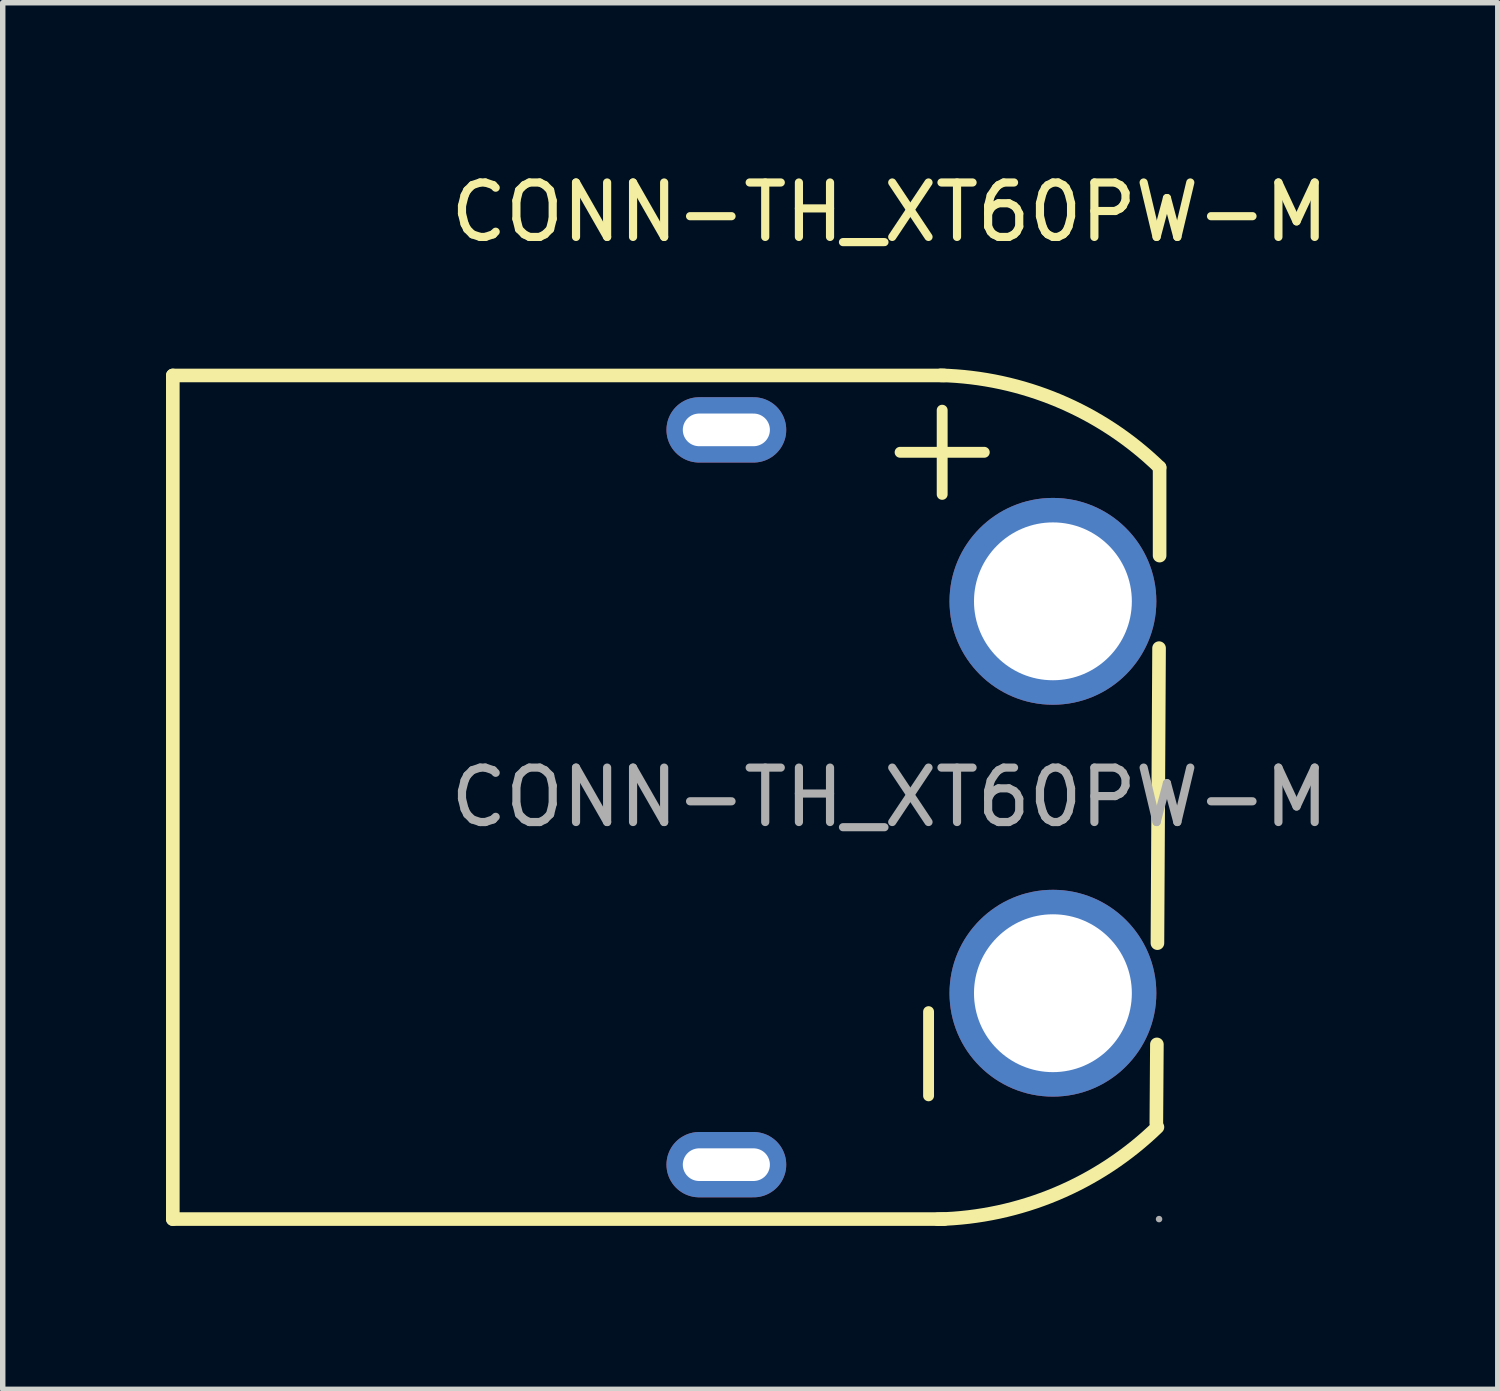
<source format=kicad_pcb>
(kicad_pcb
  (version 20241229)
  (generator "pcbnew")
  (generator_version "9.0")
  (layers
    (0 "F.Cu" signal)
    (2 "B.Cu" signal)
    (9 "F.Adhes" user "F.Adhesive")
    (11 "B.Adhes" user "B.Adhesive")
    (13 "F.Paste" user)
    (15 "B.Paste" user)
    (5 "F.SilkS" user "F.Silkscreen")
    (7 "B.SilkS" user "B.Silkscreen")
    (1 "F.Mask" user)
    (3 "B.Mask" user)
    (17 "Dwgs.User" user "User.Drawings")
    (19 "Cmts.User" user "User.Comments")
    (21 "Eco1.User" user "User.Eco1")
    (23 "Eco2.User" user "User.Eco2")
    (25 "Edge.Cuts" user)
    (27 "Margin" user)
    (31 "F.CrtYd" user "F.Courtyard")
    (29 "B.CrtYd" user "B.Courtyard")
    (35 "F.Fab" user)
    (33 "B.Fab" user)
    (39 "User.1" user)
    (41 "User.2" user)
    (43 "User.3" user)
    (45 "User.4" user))
  (footprint "CONN-TH_XT60PW-M"
    (layer "F.Cu")
    (at 13.295 11.598)
    (property "Reference" "CONN-TH_XT60PW-M" (at 0 -10.75 0) (layer "F.SilkS") (effects (font (size 1 1) (thickness 0.15))))
    (attr through_hole)
    (fp_line (start -13.17 -7.75) (end 1 -7.75) (stroke (width 0.25) (type solid)) (layer "F.SilkS"))
    (fp_line (start -13.17 7.75) (end -13.17 -7.75) (stroke (width 0.25) (type solid)) (layer "F.SilkS"))
    (fp_line (start -13.17 7.75) (end 1 7.75) (stroke (width 0.25) (type solid)) (layer "F.SilkS"))
    (fp_line (start 4.91 4.54) (end 4.9 5.99) (stroke (width 0.25) (type solid)) (layer "F.SilkS"))
    (fp_line (start 4.95 -2.74) (end 4.92 2.68) (stroke (width 0.25) (type solid)) (layer "F.SilkS"))
    (fp_line (start 4.96 -6.06) (end 4.96 -4.44) (stroke (width 0.25) (type solid)) (layer "F.SilkS"))
    (fp_arc (start 0.937455 -7.751975) (mid 3.10789 -7.284385) (end 4.96 -6.06) (stroke (width 0.25) (type solid)) (layer "F.SilkS"))
    (fp_arc (start 4.92 6.06) (mid 3.063543 7.286212) (end 0.888027 7.752215) (stroke (width 0.25) (type solid)) (layer "F.SilkS"))
    (fp_circle (center 3 -3.6) (end 3.5 -3.6) (stroke (width 1) (type solid)) (fill no) (layer "F.Fab"))
    (fp_circle (center 3 3.6) (end 3.5 3.6) (stroke (width 1) (type solid)) (fill no) (layer "F.Fab"))
    (fp_circle (center 4.95 7.75) (end 4.98 7.75) (stroke (width 0.06) (type solid)) (fill no) (layer "F.Fab"))
    (fp_text user "-" (at 0.56 6.1 90) (layer "F.SilkS") (effects (font (size 2.03 2.03) (thickness 0.2)) (justify left)))
    (fp_text user "+" (at 0.81 -4.95 90) (layer "F.SilkS") (effects (font (size 2.03 2.03) (thickness 0.2)) (justify left)))
    (fp_text user "${REFERENCE}" (at 0 0 0) (layer "F.Fab") (effects (font (size 1 1) (thickness 0.15))))
    (pad "1" thru_hole circle (at 3 3.6 90) (size 3.8 3.8) (drill 2.9) (layers "*.Cu" "*.Mask"))
    (pad "2" thru_hole circle (at 3 -3.6 90) (size 3.8 3.8) (drill 2.9) (layers "*.Cu" "*.Mask"))
    (pad "3" thru_hole oval (at -3 -6.75 90) (size 1.2 2.2) (drill oval 0.6 1.6) (layers "*.Cu" "*.Mask"))
    (pad "4" thru_hole oval (at -3 6.75 90) (size 1.2 2.2) (drill oval 0.6 1.6) (layers "*.Cu" "*.Mask")))
  (gr_rect
    (start -3 -3)
    (end 24.468 22.475)
    (stroke (width 0.1) (type default))
    (fill no)
    (layer "Edge.Cuts")))
</source>
